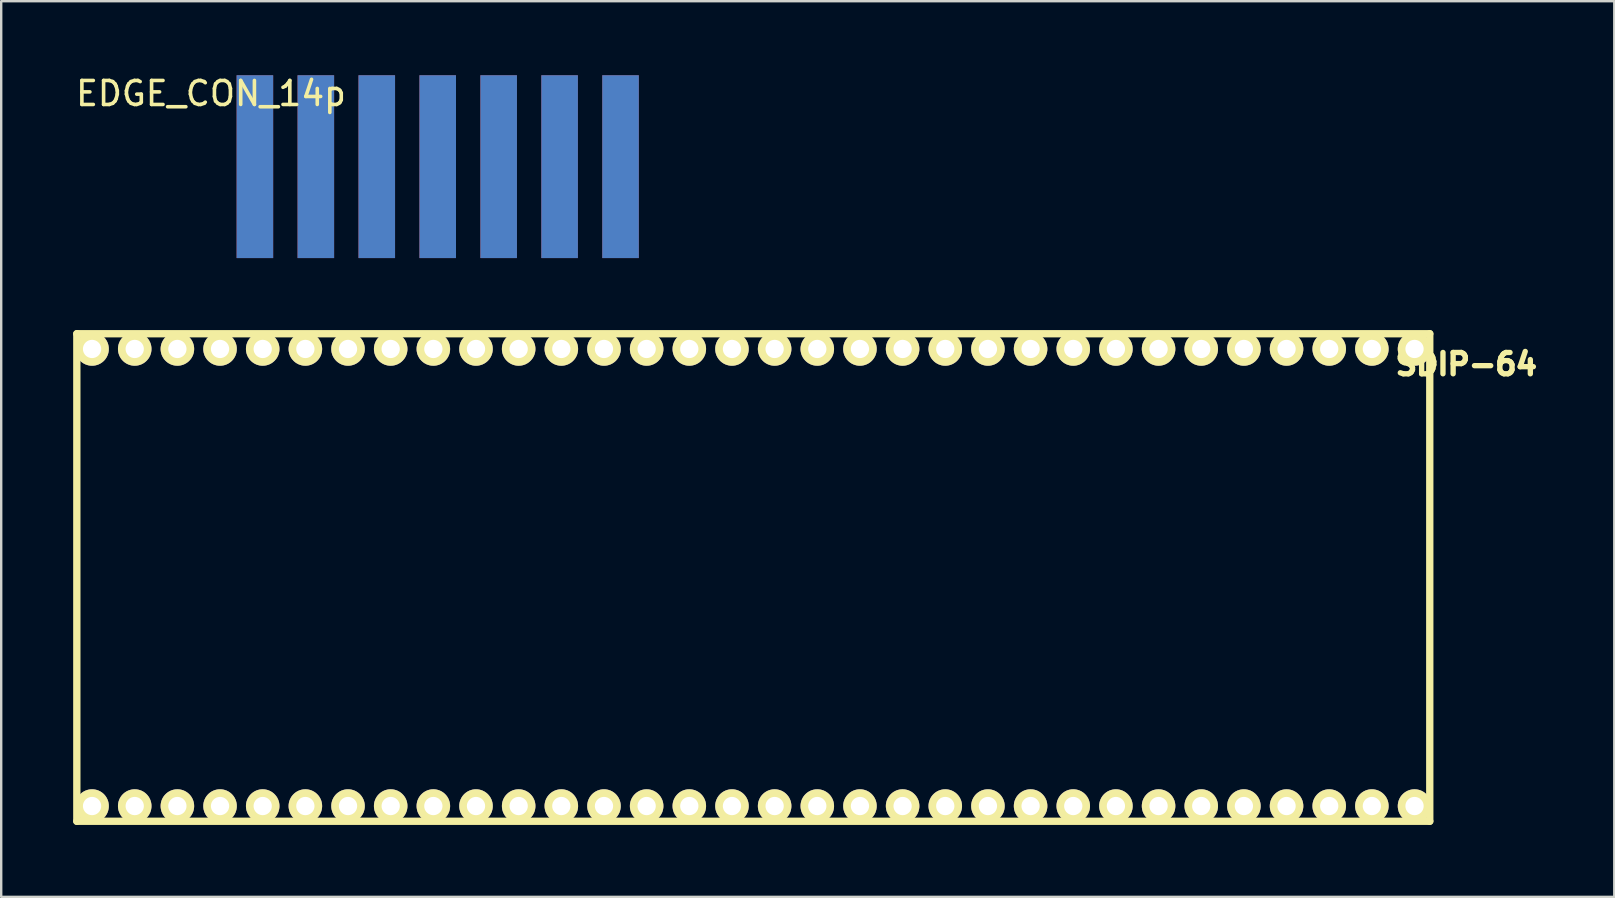
<source format=kicad_pcb>
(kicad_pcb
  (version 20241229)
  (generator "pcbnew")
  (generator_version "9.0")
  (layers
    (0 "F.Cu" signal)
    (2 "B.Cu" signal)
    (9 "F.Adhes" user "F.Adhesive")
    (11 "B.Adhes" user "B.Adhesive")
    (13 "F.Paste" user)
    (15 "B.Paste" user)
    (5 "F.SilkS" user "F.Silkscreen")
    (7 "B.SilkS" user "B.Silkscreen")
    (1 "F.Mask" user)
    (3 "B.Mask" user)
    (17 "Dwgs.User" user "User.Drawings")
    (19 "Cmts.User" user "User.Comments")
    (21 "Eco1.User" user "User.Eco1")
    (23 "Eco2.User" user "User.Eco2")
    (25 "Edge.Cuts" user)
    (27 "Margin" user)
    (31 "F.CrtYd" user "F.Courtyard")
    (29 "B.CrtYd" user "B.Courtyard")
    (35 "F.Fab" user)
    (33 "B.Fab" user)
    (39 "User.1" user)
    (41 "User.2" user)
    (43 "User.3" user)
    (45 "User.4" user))
  (footprint "EDGE_CON_14p"
    (layer "F.Cu")
    (at 15.142 3.744)
    (property "Reference" "EDGE_CON_14p" (at -9.398 -2.896 0) (layer "F.SilkS") (effects (font (size 1 1) (thickness 0.15))))
    (attr through_hole)
    (pad "1" connect rect (at -7.569 0.152) (size 1.524 7.62) (layers "*.Mask" "F.Cu"))
    (pad "2" connect rect (at -5.029 0.152) (size 1.524 7.62) (layers "*.Mask" "F.Cu"))
    (pad "3" connect rect (at -2.489 0.152) (size 1.524 7.62) (layers "*.Mask" "F.Cu"))
    (pad "4" connect rect (at 0.051 0.152) (size 1.524 7.62) (layers "*.Mask" "F.Cu"))
    (pad "5" connect rect (at 2.591 0.152) (size 1.524 7.62) (layers "*.Mask" "F.Cu"))
    (pad "6" connect rect (at 5.131 0.152) (size 1.524 7.62) (layers "*.Mask" "F.Cu"))
    (pad "7" connect rect (at 7.671 0.152) (size 1.524 7.62) (layers "*.Mask" "F.Cu"))
    (pad "23" connect rect (at -7.569 0.152) (size 1.524 7.62) (layers "*.Mask" "B.Cu"))
    (pad "24" connect rect (at -5.029 0.152) (size 1.524 7.62) (layers "*.Mask" "B.Cu"))
    (pad "25" connect rect (at -2.489 0.152) (size 1.524 7.62) (layers "*.Mask" "B.Cu"))
    (pad "26" connect rect (at 0.051 0.152) (size 1.524 7.62) (layers "*.Mask" "B.Cu"))
    (pad "27" connect rect (at 2.591 0.152) (size 1.524 7.62) (layers "*.Mask" "B.Cu"))
    (pad "28" connect rect (at 5.131 0.152) (size 1.524 7.62) (layers "*.Mask" "B.Cu"))
    (pad "29" connect rect (at 7.671 0.152) (size 1.524 7.62) (layers "*.Mask" "B.Cu")))
  (footprint "SDIP-64"
    (layer "F.Cu")
    (at 0.787 30.544)
    (property "Reference" "SDIP-64" (at 57.277 -18.415 0) (layer "F.SilkS") (effects (font (size 0.889 0.889) (thickness 0.305))))
    (attr through_hole)
    (fp_line (start -0.635 -19.685) (end -0.635 0.635) (stroke (width 0.305) (type solid)) (layer "F.SilkS"))
    (fp_line (start -0.635 0.635) (end 55.753 0.635) (stroke (width 0.305) (type solid)) (layer "F.SilkS"))
    (fp_line (start 55.753 -19.685) (end -0.635 -19.685) (stroke (width 0.305) (type solid)) (layer "F.SilkS"))
    (fp_line (start 55.753 0.635) (end 55.753 -19.685) (stroke (width 0.305) (type solid)) (layer "F.SilkS"))
    (pad "1" thru_hole circle (at 0 0) (size 1.397 1.397) (drill 0.762) (layers "*.Cu" "*.Mask" "F.SilkS"))
    (pad "2" thru_hole circle (at 1.778 0) (size 1.397 1.397) (drill 0.762) (layers "*.Cu" "*.Mask" "F.SilkS"))
    (pad "3" thru_hole circle (at 3.556 0) (size 1.397 1.397) (drill 0.762) (layers "*.Cu" "*.Mask" "F.SilkS"))
    (pad "4" thru_hole circle (at 5.334 0) (size 1.397 1.397) (drill 0.762) (layers "*.Cu" "*.Mask" "F.SilkS"))
    (pad "5" thru_hole circle (at 7.112 0) (size 1.397 1.397) (drill 0.762) (layers "*.Cu" "*.Mask" "F.SilkS"))
    (pad "6" thru_hole circle (at 8.89 0) (size 1.397 1.397) (drill 0.762) (layers "*.Cu" "*.Mask" "F.SilkS"))
    (pad "7" thru_hole circle (at 10.668 0) (size 1.397 1.397) (drill 0.762) (layers "*.Cu" "*.Mask" "F.SilkS"))
    (pad "8" thru_hole circle (at 12.446 0) (size 1.397 1.397) (drill 0.762) (layers "*.Cu" "*.Mask" "F.SilkS"))
    (pad "9" thru_hole circle (at 14.224 0) (size 1.397 1.397) (drill 0.762) (layers "*.Cu" "*.Mask" "F.SilkS"))
    (pad "10" thru_hole circle (at 16.002 0) (size 1.397 1.397) (drill 0.762) (layers "*.Cu" "*.Mask" "F.SilkS"))
    (pad "11" thru_hole circle (at 17.78 0) (size 1.397 1.397) (drill 0.762) (layers "*.Cu" "*.Mask" "F.SilkS"))
    (pad "12" thru_hole circle (at 19.558 0) (size 1.397 1.397) (drill 0.762) (layers "*.Cu" "*.Mask" "F.SilkS"))
    (pad "13" thru_hole circle (at 21.336 0) (size 1.397 1.397) (drill 0.762) (layers "*.Cu" "*.Mask" "F.SilkS"))
    (pad "14" thru_hole circle (at 23.114 0) (size 1.397 1.397) (drill 0.762) (layers "*.Cu" "*.Mask" "F.SilkS"))
    (pad "15" thru_hole circle (at 24.892 0) (size 1.397 1.397) (drill 0.762) (layers "*.Cu" "*.Mask" "F.SilkS"))
    (pad "16" thru_hole circle (at 26.67 0) (size 1.397 1.397) (drill 0.762) (layers "*.Cu" "*.Mask" "F.SilkS"))
    (pad "17" thru_hole circle (at 28.448 0) (size 1.397 1.397) (drill 0.762) (layers "*.Cu" "*.Mask" "F.SilkS"))
    (pad "18" thru_hole circle (at 30.226 0) (size 1.397 1.397) (drill 0.762) (layers "*.Cu" "*.Mask" "F.SilkS"))
    (pad "19" thru_hole circle (at 32.004 0) (size 1.397 1.397) (drill 0.762) (layers "*.Cu" "*.Mask" "F.SilkS"))
    (pad "20" thru_hole circle (at 33.782 0) (size 1.397 1.397) (drill 0.762) (layers "*.Cu" "*.Mask" "F.SilkS"))
    (pad "21" thru_hole circle (at 35.56 0) (size 1.397 1.397) (drill 0.762) (layers "*.Cu" "*.Mask" "F.SilkS"))
    (pad "22" thru_hole circle (at 37.338 0) (size 1.397 1.397) (drill 0.762) (layers "*.Cu" "*.Mask" "F.SilkS"))
    (pad "23" thru_hole circle (at 39.116 0) (size 1.397 1.397) (drill 0.762) (layers "*.Cu" "*.Mask" "F.SilkS"))
    (pad "24" thru_hole circle (at 40.894 0) (size 1.397 1.397) (drill 0.762) (layers "*.Cu" "*.Mask" "F.SilkS"))
    (pad "25" thru_hole circle (at 42.672 0) (size 1.397 1.397) (drill 0.762) (layers "*.Cu" "*.Mask" "F.SilkS"))
    (pad "26" thru_hole circle (at 44.45 0) (size 1.397 1.397) (drill 0.762) (layers "*.Cu" "*.Mask" "F.SilkS"))
    (pad "27" thru_hole circle (at 46.228 0) (size 1.397 1.397) (drill 0.762) (layers "*.Cu" "*.Mask" "F.SilkS"))
    (pad "28" thru_hole circle (at 48.006 0) (size 1.397 1.397) (drill 0.762) (layers "*.Cu" "*.Mask" "F.SilkS"))
    (pad "29" thru_hole circle (at 49.784 0) (size 1.397 1.397) (drill 0.762) (layers "*.Cu" "*.Mask" "F.SilkS"))
    (pad "30" thru_hole circle (at 51.562 0) (size 1.397 1.397) (drill 0.762) (layers "*.Cu" "*.Mask" "F.SilkS"))
    (pad "31" thru_hole circle (at 53.34 0) (size 1.397 1.397) (drill 0.762) (layers "*.Cu" "*.Mask" "F.SilkS"))
    (pad "32" thru_hole circle (at 55.118 0) (size 1.397 1.397) (drill 0.762) (layers "*.Cu" "*.Mask" "F.SilkS"))
    (pad "33" thru_hole circle (at 55.118 -19.05 180) (size 1.397 1.397) (drill 0.762) (layers "*.Cu" "*.Mask" "F.SilkS"))
    (pad "34" thru_hole circle (at 53.34 -19.05 180) (size 1.397 1.397) (drill 0.762) (layers "*.Cu" "*.Mask" "F.SilkS"))
    (pad "35" thru_hole circle (at 51.562 -19.05 180) (size 1.397 1.397) (drill 0.762) (layers "*.Cu" "*.Mask" "F.SilkS"))
    (pad "36" thru_hole circle (at 49.784 -19.05 180) (size 1.397 1.397) (drill 0.762) (layers "*.Cu" "*.Mask" "F.SilkS"))
    (pad "37" thru_hole circle (at 48.006 -19.05 180) (size 1.397 1.397) (drill 0.762) (layers "*.Cu" "*.Mask" "F.SilkS"))
    (pad "38" thru_hole circle (at 46.228 -19.05 180) (size 1.397 1.397) (drill 0.762) (layers "*.Cu" "*.Mask" "F.SilkS"))
    (pad "39" thru_hole circle (at 44.45 -19.05 180) (size 1.397 1.397) (drill 0.762) (layers "*.Cu" "*.Mask" "F.SilkS"))
    (pad "40" thru_hole circle (at 42.672 -19.05 180) (size 1.397 1.397) (drill 0.762) (layers "*.Cu" "*.Mask" "F.SilkS"))
    (pad "41" thru_hole circle (at 40.894 -19.05 180) (size 1.397 1.397) (drill 0.762) (layers "*.Cu" "*.Mask" "F.SilkS"))
    (pad "42" thru_hole circle (at 39.116 -19.05 180) (size 1.397 1.397) (drill 0.762) (layers "*.Cu" "*.Mask" "F.SilkS"))
    (pad "43" thru_hole circle (at 37.338 -19.05 180) (size 1.397 1.397) (drill 0.762) (layers "*.Cu" "*.Mask" "F.SilkS"))
    (pad "44" thru_hole circle (at 35.56 -19.05 180) (size 1.397 1.397) (drill 0.762) (layers "*.Cu" "*.Mask" "F.SilkS"))
    (pad "45" thru_hole circle (at 33.782 -19.05 180) (size 1.397 1.397) (drill 0.762) (layers "*.Cu" "*.Mask" "F.SilkS"))
    (pad "46" thru_hole circle (at 32.004 -19.05 180) (size 1.397 1.397) (drill 0.762) (layers "*.Cu" "*.Mask" "F.SilkS"))
    (pad "47" thru_hole circle (at 30.226 -19.05 180) (size 1.397 1.397) (drill 0.762) (layers "*.Cu" "*.Mask" "F.SilkS"))
    (pad "48" thru_hole circle (at 28.448 -19.05 180) (size 1.397 1.397) (drill 0.762) (layers "*.Cu" "*.Mask" "F.SilkS"))
    (pad "49" thru_hole circle (at 26.67 -19.05 180) (size 1.397 1.397) (drill 0.762) (layers "*.Cu" "*.Mask" "F.SilkS"))
    (pad "50" thru_hole circle (at 24.892 -19.05 180) (size 1.397 1.397) (drill 0.762) (layers "*.Cu" "*.Mask" "F.SilkS"))
    (pad "51" thru_hole circle (at 23.114 -19.05 180) (size 1.397 1.397) (drill 0.762) (layers "*.Cu" "*.Mask" "F.SilkS"))
    (pad "52" thru_hole circle (at 21.336 -19.05 180) (size 1.397 1.397) (drill 0.762) (layers "*.Cu" "*.Mask" "F.SilkS"))
    (pad "53" thru_hole circle (at 19.558 -19.05 180) (size 1.397 1.397) (drill 0.762) (layers "*.Cu" "*.Mask" "F.SilkS"))
    (pad "54" thru_hole circle (at 17.78 -19.05 180) (size 1.397 1.397) (drill 0.762) (layers "*.Cu" "*.Mask" "F.SilkS"))
    (pad "55" thru_hole circle (at 16.002 -19.05 180) (size 1.397 1.397) (drill 0.762) (layers "*.Cu" "*.Mask" "F.SilkS"))
    (pad "56" thru_hole circle (at 14.224 -19.05 180) (size 1.397 1.397) (drill 0.762) (layers "*.Cu" "*.Mask" "F.SilkS"))
    (pad "57" thru_hole circle (at 12.446 -19.05 180) (size 1.397 1.397) (drill 0.762) (layers "*.Cu" "*.Mask" "F.SilkS"))
    (pad "58" thru_hole circle (at 10.668 -19.05 180) (size 1.397 1.397) (drill 0.762) (layers "*.Cu" "*.Mask" "F.SilkS"))
    (pad "59" thru_hole circle (at 8.89 -19.05 180) (size 1.397 1.397) (drill 0.762) (layers "*.Cu" "*.Mask" "F.SilkS"))
    (pad "60" thru_hole circle (at 7.112 -19.05 180) (size 1.397 1.397) (drill 0.762) (layers "*.Cu" "*.Mask" "F.SilkS"))
    (pad "61" thru_hole circle (at 5.334 -19.05 180) (size 1.397 1.397) (drill 0.762) (layers "*.Cu" "*.Mask" "F.SilkS"))
    (pad "62" thru_hole circle (at 3.556 -19.05 180) (size 1.397 1.397) (drill 0.762) (layers "*.Cu" "*.Mask" "F.SilkS"))
    (pad "63" thru_hole circle (at 1.778 -19.05 180) (size 1.397 1.397) (drill 0.762) (layers "*.Cu" "*.Mask" "F.SilkS"))
    (pad "64" thru_hole circle (at 0 -19.05 180) (size 1.397 1.397) (drill 0.762) (layers "*.Cu" "*.Mask" "F.SilkS")))
  (gr_rect
    (start -3 -3)
    (end 64.23 34.331)
    (stroke (width 0.1) (type default))
    (fill no)
    (layer "Edge.Cuts")))
</source>
